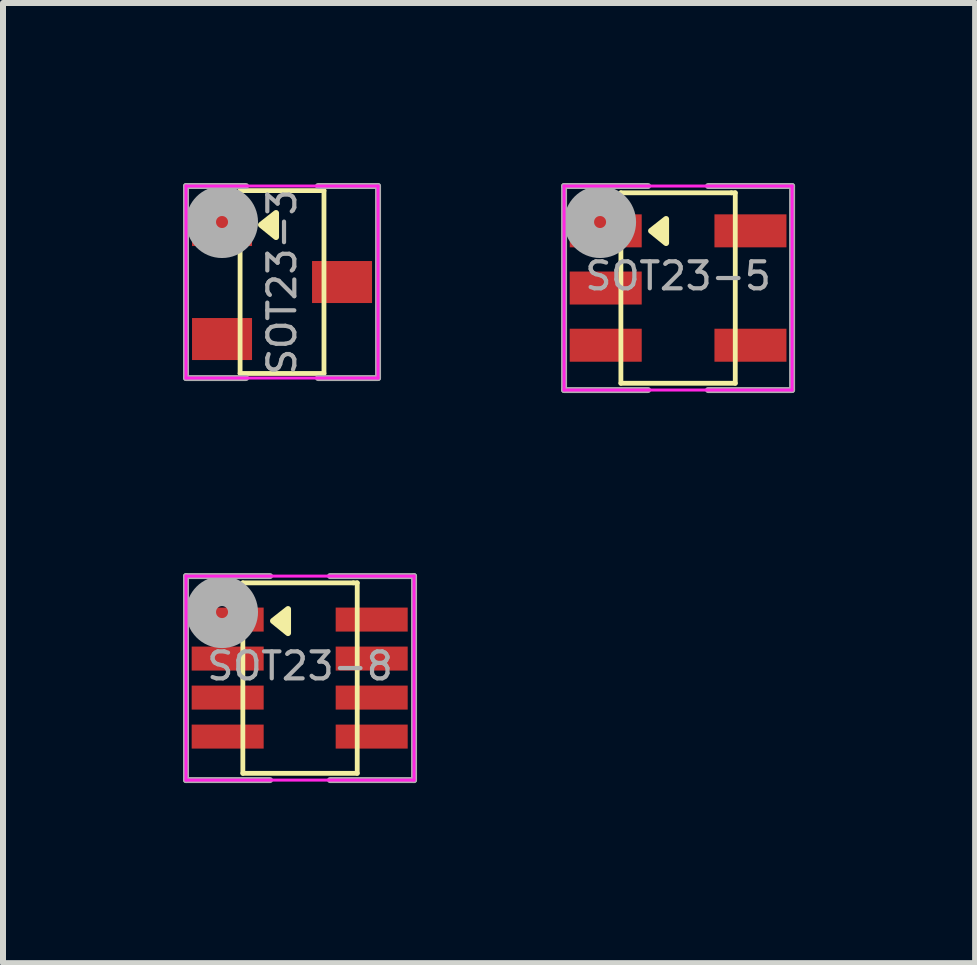
<source format=kicad_pcb>
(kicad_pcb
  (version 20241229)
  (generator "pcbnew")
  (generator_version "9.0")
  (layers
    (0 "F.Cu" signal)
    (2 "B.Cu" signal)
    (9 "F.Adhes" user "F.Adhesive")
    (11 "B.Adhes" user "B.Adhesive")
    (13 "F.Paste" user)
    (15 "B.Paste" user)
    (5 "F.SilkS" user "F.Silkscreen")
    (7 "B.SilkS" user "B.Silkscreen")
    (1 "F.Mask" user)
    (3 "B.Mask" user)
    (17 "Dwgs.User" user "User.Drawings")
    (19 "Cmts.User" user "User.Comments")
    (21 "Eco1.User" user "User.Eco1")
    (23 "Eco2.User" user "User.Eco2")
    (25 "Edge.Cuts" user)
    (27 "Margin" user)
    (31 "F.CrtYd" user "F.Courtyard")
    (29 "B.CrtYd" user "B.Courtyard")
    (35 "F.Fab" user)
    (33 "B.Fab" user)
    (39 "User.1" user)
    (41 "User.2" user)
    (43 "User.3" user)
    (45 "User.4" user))
  (footprint "SOT23-5"
    (layer "F.Cu")
    (at 8.25 1.75)
    (property "Reference" "SOT23-5" (at 0 -0.2 0) (layer "F.Fab") (effects (font (size 0.45 0.45) (thickness 0.07))))
    (attr smd)
    (fp_line (start -0.953 -1.587) (end 0.889 -1.587) (stroke (width 0.08) (type solid)) (layer "F.SilkS"))
    (fp_line (start -0.953 1.587) (end -0.953 -1.587) (stroke (width 0.08) (type solid)) (layer "F.SilkS"))
    (fp_line (start 0.889 -1.587) (end 0.953 -1.587) (stroke (width 0.08) (type solid)) (layer "F.SilkS"))
    (fp_line (start 0.953 -1.587) (end 0.953 1.587) (stroke (width 0.08) (type solid)) (layer "F.SilkS"))
    (fp_line (start 0.953 1.587) (end -0.953 1.587) (stroke (width 0.08) (type solid)) (layer "F.SilkS"))
    (fp_poly (pts (xy -0.2 -0.75) (xy -0.45 -0.953) (xy -0.2 -1.15)) (stroke (width 0.1) (type solid)) (fill yes) (layer "F.SilkS"))
    (fp_line (start -1.9 -1.7) (end 1.9 -1.7) (stroke (width 0.05) (type solid)) (layer "F.CrtYd"))
    (fp_line (start -1.9 1.7) (end -1.9 -1.7) (stroke (width 0.05) (type solid)) (layer "F.CrtYd"))
    (fp_line (start 1.9 -1.7) (end 1.9 1.7) (stroke (width 0.05) (type solid)) (layer "F.CrtYd"))
    (fp_line (start 1.9 1.7) (end -1.9 1.7) (stroke (width 0.05) (type solid)) (layer "F.CrtYd"))
    (fp_line (start -1.9 -1.7) (end -1.9 1.7) (stroke (width 0.1) (type solid)) (layer "F.Fab"))
    (fp_line (start -1.9 1.7) (end -0.5 1.7) (stroke (width 0.1) (type solid)) (layer "F.Fab"))
    (fp_line (start -0.5 -1.7) (end -1.9 -1.7) (stroke (width 0.1) (type solid)) (layer "F.Fab"))
    (fp_line (start 0.5 1.7) (end 1.9 1.7) (stroke (width 0.1) (type solid)) (layer "F.Fab"))
    (fp_line (start 1.9 -1.7) (end 0.5 -1.7) (stroke (width 0.1) (type solid)) (layer "F.Fab"))
    (fp_line (start 1.9 1.7) (end 1.9 -1.7) (stroke (width 0.1) (type solid)) (layer "F.Fab"))
    (fp_circle (center -1.3 -1.1) (end -1.2 -1.1) (stroke (width 0.5) (type solid)) (fill no) (layer "F.Fab"))
    (pad "1" smd rect (at -1.206 -0.953) (size 1.2 0.55) (layers "F.Cu" "F.Mask" "F.Paste"))
    (pad "2" smd rect (at -1.206 0) (size 1.2 0.55) (layers "F.Cu" "F.Mask" "F.Paste"))
    (pad "3" smd rect (at -1.206 0.953) (size 1.2 0.55) (layers "F.Cu" "F.Mask" "F.Paste"))
    (pad "4" smd rect (at 1.206 0.953) (size 1.2 0.55) (layers "F.Cu" "F.Mask" "F.Paste"))
    (pad "5" smd rect (at 1.206 -0.953) (size 1.2 0.55) (layers "F.Cu" "F.Mask" "F.Paste")))
  (footprint "SOT23-8"
    (layer "F.Cu")
    (at 1.95 8.25)
    (property "Reference" "SOT23-8" (at 0 -0.2 180) (layer "F.Fab") (effects (font (size 0.45 0.45) (thickness 0.07))))
    (attr smd)
    (fp_line (start -0.953 -1.587) (end 0.889 -1.587) (stroke (width 0.08) (type solid)) (layer "F.SilkS"))
    (fp_line (start -0.953 1.587) (end -0.953 -1.587) (stroke (width 0.08) (type solid)) (layer "F.SilkS"))
    (fp_line (start 0.889 -1.587) (end 0.953 -1.587) (stroke (width 0.08) (type solid)) (layer "F.SilkS"))
    (fp_line (start 0.953 -1.587) (end 0.953 1.587) (stroke (width 0.08) (type solid)) (layer "F.SilkS"))
    (fp_line (start 0.953 1.587) (end -0.953 1.587) (stroke (width 0.08) (type solid)) (layer "F.SilkS"))
    (fp_poly (pts (xy -0.2 -0.75) (xy -0.45 -0.953) (xy -0.2 -1.15)) (stroke (width 0.1) (type solid)) (fill yes) (layer "F.SilkS"))
    (fp_line (start -1.9 -1.7) (end 1.9 -1.7) (stroke (width 0.05) (type solid)) (layer "F.CrtYd"))
    (fp_line (start -1.9 1.7) (end -1.9 -1.7) (stroke (width 0.05) (type solid)) (layer "F.CrtYd"))
    (fp_line (start 1.9 -1.7) (end 1.9 1.7) (stroke (width 0.05) (type solid)) (layer "F.CrtYd"))
    (fp_line (start 1.9 1.7) (end -1.9 1.7) (stroke (width 0.05) (type solid)) (layer "F.CrtYd"))
    (fp_line (start -1.9 -1.7) (end -1.9 1.7) (stroke (width 0.1) (type solid)) (layer "F.Fab"))
    (fp_line (start -1.9 1.7) (end -0.5 1.7) (stroke (width 0.1) (type solid)) (layer "F.Fab"))
    (fp_line (start -0.5 -1.7) (end -1.9 -1.7) (stroke (width 0.1) (type solid)) (layer "F.Fab"))
    (fp_line (start 0.5 1.7) (end 1.9 1.7) (stroke (width 0.1) (type solid)) (layer "F.Fab"))
    (fp_line (start 1.9 -1.7) (end 0.5 -1.7) (stroke (width 0.1) (type solid)) (layer "F.Fab"))
    (fp_line (start 1.9 1.7) (end 1.9 -1.7) (stroke (width 0.1) (type solid)) (layer "F.Fab"))
    (fp_circle (center -1.3 -1.1) (end -1.2 -1.1) (stroke (width 0.5) (type solid)) (fill no) (layer "F.Fab"))
    (pad "1" smd rect (at -1.206 -0.975) (size 1.2 0.4) (layers "F.Cu" "F.Mask" "F.Paste"))
    (pad "2" smd rect (at -1.206 -0.325) (size 1.2 0.4) (layers "F.Cu" "F.Mask" "F.Paste"))
    (pad "3" smd rect (at -1.206 0.325) (size 1.2 0.4) (layers "F.Cu" "F.Mask" "F.Paste"))
    (pad "4" smd rect (at -1.206 0.975) (size 1.2 0.4) (layers "F.Cu" "F.Mask" "F.Paste"))
    (pad "5" smd rect (at 1.194 0.975) (size 1.2 0.4) (layers "F.Cu" "F.Mask" "F.Paste"))
    (pad "6" smd rect (at 1.194 0.325) (size 1.2 0.4) (layers "F.Cu" "F.Mask" "F.Paste"))
    (pad "7" smd rect (at 1.194 -0.325) (size 1.2 0.4) (layers "F.Cu" "F.Mask" "F.Paste"))
    (pad "8" smd rect (at 1.194 -0.975) (size 1.2 0.4) (layers "F.Cu" "F.Mask" "F.Paste")))
  (footprint "SOT23-3"
    (layer "F.Cu")
    (at 1.65 1.65)
    (property "Reference" "SOT23-3" (at 0 0 90) (layer "F.Fab") (effects (font (size 0.45 0.45) (thickness 0.07))))
    (attr smd)
    (fp_line (start -0.699 -1.524) (end 0.699 -1.524) (stroke (width 0.08) (type solid)) (layer "F.SilkS"))
    (fp_line (start -0.699 1.524) (end -0.699 -1.524) (stroke (width 0.08) (type solid)) (layer "F.SilkS"))
    (fp_line (start -0.699 1.524) (end 0.699 1.524) (stroke (width 0.08) (type solid)) (layer "F.SilkS"))
    (fp_line (start 0.699 -1.524) (end 0.699 1.524) (stroke (width 0.08) (type solid)) (layer "F.SilkS"))
    (fp_poly (pts (xy -0.1 -0.75) (xy -0.35 -0.953) (xy -0.1 -1.15)) (stroke (width 0.1) (type solid)) (fill yes) (layer "F.SilkS"))
    (fp_line (start -1.6 -1.6) (end 1.6 -1.6) (stroke (width 0.05) (type solid)) (layer "F.CrtYd"))
    (fp_line (start -1.6 1.6) (end -1.6 -1.6) (stroke (width 0.05) (type solid)) (layer "F.CrtYd"))
    (fp_line (start 1.6 -1.6) (end 1.6 1.6) (stroke (width 0.05) (type solid)) (layer "F.CrtYd"))
    (fp_line (start 1.6 1.6) (end -1.6 1.6) (stroke (width 0.05) (type solid)) (layer "F.CrtYd"))
    (fp_line (start -1.6 -1.6) (end -1.6 1.6) (stroke (width 0.1) (type solid)) (layer "F.Fab"))
    (fp_line (start -1.6 1.6) (end -0.6 1.6) (stroke (width 0.1) (type solid)) (layer "F.Fab"))
    (fp_line (start -0.6 -1.6) (end -1.6 -1.6) (stroke (width 0.1) (type solid)) (layer "F.Fab"))
    (fp_line (start 0.6 1.6) (end 1.6 1.6) (stroke (width 0.1) (type solid)) (layer "F.Fab"))
    (fp_line (start 1.6 -1.6) (end 0.6 -1.6) (stroke (width 0.1) (type solid)) (layer "F.Fab"))
    (fp_line (start 1.6 1.6) (end 1.6 -1.6) (stroke (width 0.1) (type solid)) (layer "F.Fab"))
    (fp_circle (center -1 -1) (end -0.9 -1) (stroke (width 0.5) (type solid)) (fill no) (layer "F.Fab"))
    (pad "1" smd rect (at -1 -0.95) (size 1 0.7) (layers "F.Cu" "F.Mask" "F.Paste"))
    (pad "2" smd rect (at 1 0) (size 1 0.7) (layers "F.Cu" "F.Mask" "F.Paste"))
    (pad "3" smd rect (at -1 0.95) (size 1 0.7) (layers "F.Cu" "F.Mask" "F.Paste")))
  (gr_rect
    (start -3 -3)
    (end 13.2 13)
    (stroke (width 0.1) (type default))
    (fill no)
    (layer "Edge.Cuts")))
</source>
